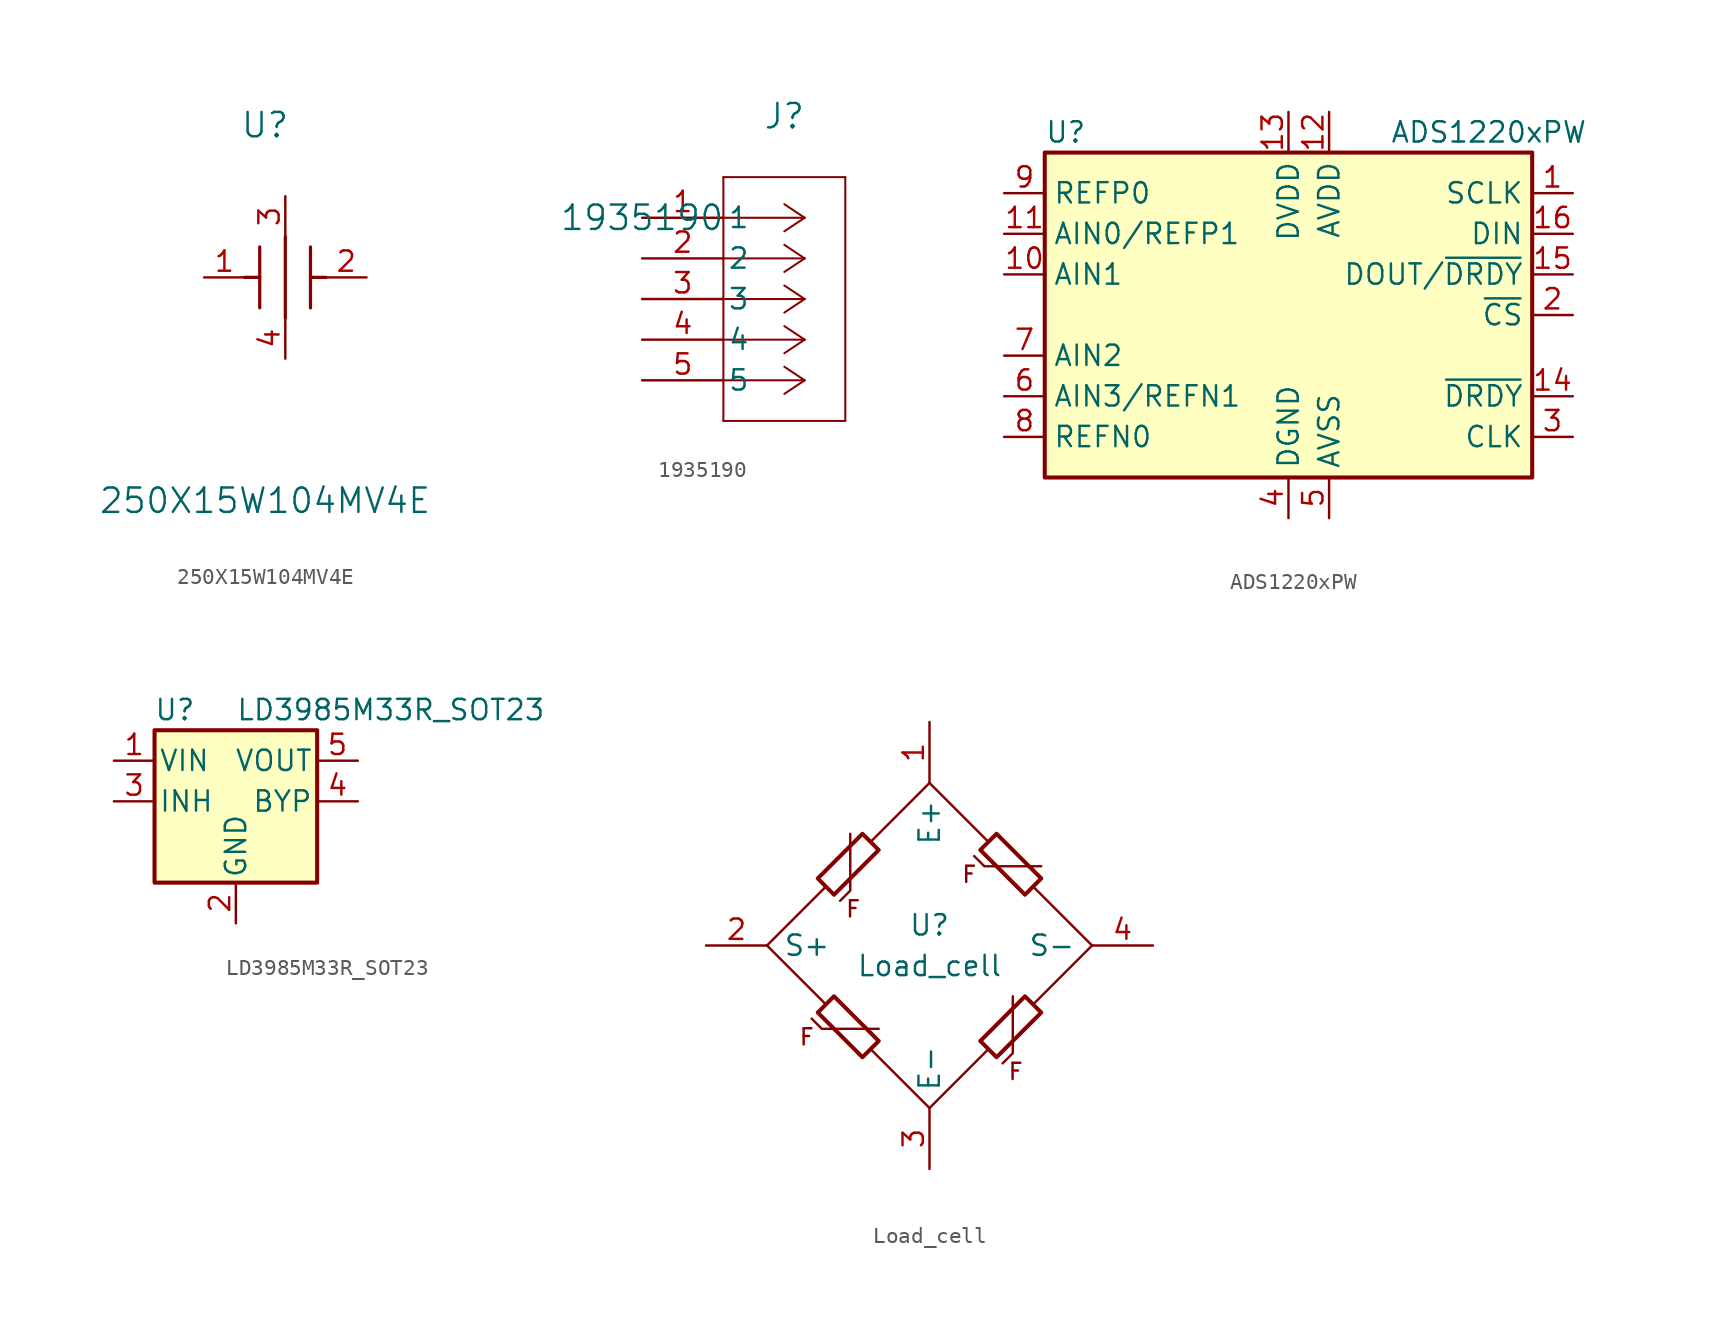
<source format=kicad_sym>
(kicad_symbol_lib
  (version 20231120)
  (generator "kicad_symbol_editor")
  (generator_version "8.0")
  (symbol "250X15W104MV4E"
    (pin_names
      (offset 0.254))
    (property "Reference" "U"
      (at 3.81 9.525 0)
      (effects (font (size 1.524 1.524))))
    (property "Value" "250X15W104MV4E"
      (at 3.81 -13.97 0)
      (effects (font (size 1.524 1.524))))
    (property "ki_locked" ""
      (at 0 0 0)
      (effects (font (size 1.27 1.27))))
    (symbol "250X15W104MV4E_0_1"
      (polyline (pts (xy 2.54 0) (xy 3.48 0)) (stroke (width 0.203) (type default)) (fill (type none)))
      (polyline (pts (xy 3.48 -1.905) (xy 3.48 1.905)) (stroke (width 0.203) (type default)) (fill (type none)))
      (polyline (pts (xy 5.08 -2.54) (xy 5.08 2.54)) (stroke (width 0.203) (type default)) (fill (type none)))
      (polyline (pts (xy 6.655 -1.905) (xy 6.655 1.905)) (stroke (width 0.203) (type default)) (fill (type none)))
      (polyline (pts (xy 6.655 0) (xy 7.62 0)) (stroke (width 0.203) (type default)) (fill (type none)))
      (pin unspecified line (at 0 0 0) (length 2.54) (name "" (effects (font (size 1.27 1.27)))) (number "1" (effects (font (size 1.27 1.27)))))
      (pin unspecified line (at 10.16 0 180) (length 2.54) (name "" (effects (font (size 1.27 1.27)))) (number "2" (effects (font (size 1.27 1.27)))))
      (pin unspecified line (at 5.08 5.08 270) (length 2.54) (name "" (effects (font (size 1.27 1.27)))) (number "3" (effects (font (size 1.27 1.27)))))
      (pin unspecified line (at 5.08 -5.08 90) (length 2.54) (name "" (effects (font (size 1.27 1.27)))) (number "4" (effects (font (size 1.27 1.27)))))))
  (symbol "1935190"
    (pin_names
      (offset 0.254))
    (property "Reference" "J"
      (at 8.89 6.35 0)
      (effects (font (size 1.524 1.524))))
    (property "Value" "1935190"
      (at 0 0 0)
      (effects (font (size 1.524 1.524))))
    (property "ki_locked" ""
      (at 0 0 0)
      (effects (font (size 1.27 1.27))))
    (symbol "1935190_0_1"
      (polyline (pts (xy 5.08 -12.7) (xy 12.7 -12.7)) (stroke (width 0.127) (type default)) (fill (type none)))
      (polyline (pts (xy 5.08 2.54) (xy 5.08 -12.7)) (stroke (width 0.127) (type default)) (fill (type none)))
      (polyline (pts (xy 10.16 -10.16) (xy 5.08 -10.16)) (stroke (width 0.127) (type default)) (fill (type none)))
      (polyline (pts (xy 10.16 -10.16) (xy 8.89 -11.007)) (stroke (width 0.127) (type default)) (fill (type none)))
      (polyline (pts (xy 10.16 -10.16) (xy 8.89 -9.313)) (stroke (width 0.127) (type default)) (fill (type none)))
      (polyline (pts (xy 10.16 -7.62) (xy 5.08 -7.62)) (stroke (width 0.127) (type default)) (fill (type none)))
      (polyline (pts (xy 10.16 -7.62) (xy 8.89 -8.467)) (stroke (width 0.127) (type default)) (fill (type none)))
      (polyline (pts (xy 10.16 -7.62) (xy 8.89 -6.773)) (stroke (width 0.127) (type default)) (fill (type none)))
      (polyline (pts (xy 10.16 -5.08) (xy 5.08 -5.08)) (stroke (width 0.127) (type default)) (fill (type none)))
      (polyline (pts (xy 10.16 -5.08) (xy 8.89 -5.927)) (stroke (width 0.127) (type default)) (fill (type none)))
      (polyline (pts (xy 10.16 -5.08) (xy 8.89 -4.233)) (stroke (width 0.127) (type default)) (fill (type none)))
      (polyline (pts (xy 10.16 -2.54) (xy 5.08 -2.54)) (stroke (width 0.127) (type default)) (fill (type none)))
      (polyline (pts (xy 10.16 -2.54) (xy 8.89 -3.387)) (stroke (width 0.127) (type default)) (fill (type none)))
      (polyline (pts (xy 10.16 -2.54) (xy 8.89 -1.693)) (stroke (width 0.127) (type default)) (fill (type none)))
      (polyline (pts (xy 10.16 0) (xy 5.08 0)) (stroke (width 0.127) (type default)) (fill (type none)))
      (polyline (pts (xy 10.16 0) (xy 8.89 -0.847)) (stroke (width 0.127) (type default)) (fill (type none)))
      (polyline (pts (xy 10.16 0) (xy 8.89 0.847)) (stroke (width 0.127) (type default)) (fill (type none)))
      (polyline (pts (xy 12.7 -12.7) (xy 12.7 2.54)) (stroke (width 0.127) (type default)) (fill (type none)))
      (polyline (pts (xy 12.7 2.54) (xy 5.08 2.54)) (stroke (width 0.127) (type default)) (fill (type none)))
      (pin unspecified line (at 0 0 0) (length 5.08) (name "1" (effects (font (size 1.27 1.27)))) (number "1" (effects (font (size 1.27 1.27)))))
      (pin unspecified line (at 0 -2.54 0) (length 5.08) (name "2" (effects (font (size 1.27 1.27)))) (number "2" (effects (font (size 1.27 1.27)))))
      (pin unspecified line (at 0 -5.08 0) (length 5.08) (name "3" (effects (font (size 1.27 1.27)))) (number "3" (effects (font (size 1.27 1.27)))))
      (pin unspecified line (at 0 -7.62 0) (length 5.08) (name "4" (effects (font (size 1.27 1.27)))) (number "4" (effects (font (size 1.27 1.27)))))
      (pin unspecified line (at 0 -10.16 0) (length 5.08) (name "5" (effects (font (size 1.27 1.27)))) (number "5" (effects (font (size 1.27 1.27)))))))
  (symbol "ADS1220xPW"
    (property "Reference" "U"
      (at -15.24 11.43 0)
      (effects (font (size 1.27 1.27)) (justify left)))
    (property "Value" "ADS1220xPW"
      (at 6.35 11.43 0)
      (effects (font (size 1.27 1.27)) (justify left)))
    (symbol "ADS1220xPW_0_1"
      (rectangle (start -15.24 10.16) (end 15.24 -10.16) (stroke (width 0.254) (type default)) (fill (type background))))
    (symbol "ADS1220xPW_1_1"
      (pin input line (at 17.78 7.62 180) (length 2.54) (name "SCLK" (effects (font (size 1.27 1.27)))) (number "1" (effects (font (size 1.27 1.27)))))
      (pin input line (at -17.78 2.54 0) (length 2.54) (name "AIN1" (effects (font (size 1.27 1.27)))) (number "10" (effects (font (size 1.27 1.27)))))
      (pin input line (at -17.78 5.08 0) (length 2.54) (name "AIN0/REFP1" (effects (font (size 1.27 1.27)))) (number "11" (effects (font (size 1.27 1.27)))))
      (pin power_in line (at 2.54 12.7 270) (length 2.54) (name "AVDD" (effects (font (size 1.27 1.27)))) (number "12" (effects (font (size 1.27 1.27)))))
      (pin power_in line (at 0 12.7 270) (length 2.54) (name "DVDD" (effects (font (size 1.27 1.27)))) (number "13" (effects (font (size 1.27 1.27)))))
      (pin output line (at 17.78 -5.08 180) (length 2.54) (name "~{DRDY}" (effects (font (size 1.27 1.27)))) (number "14" (effects (font (size 1.27 1.27)))))
      (pin output line (at 17.78 2.54 180) (length 2.54) (name "DOUT/~{DRDY}" (effects (font (size 1.27 1.27)))) (number "15" (effects (font (size 1.27 1.27)))))
      (pin input line (at 17.78 5.08 180) (length 2.54) (name "DIN" (effects (font (size 1.27 1.27)))) (number "16" (effects (font (size 1.27 1.27)))))
      (pin input line (at 17.78 0 180) (length 2.54) (name "~{CS}" (effects (font (size 1.27 1.27)))) (number "2" (effects (font (size 1.27 1.27)))))
      (pin input line (at 17.78 -7.62 180) (length 2.54) (name "CLK" (effects (font (size 1.27 1.27)))) (number "3" (effects (font (size 1.27 1.27)))))
      (pin power_in line (at 0 -12.7 90) (length 2.54) (name "DGND" (effects (font (size 1.27 1.27)))) (number "4" (effects (font (size 1.27 1.27)))))
      (pin power_in line (at 2.54 -12.7 90) (length 2.54) (name "AVSS" (effects (font (size 1.27 1.27)))) (number "5" (effects (font (size 1.27 1.27)))))
      (pin input line (at -17.78 -5.08 0) (length 2.54) (name "AIN3/REFN1" (effects (font (size 1.27 1.27)))) (number "6" (effects (font (size 1.27 1.27)))))
      (pin input line (at -17.78 -2.54 0) (length 2.54) (name "AIN2" (effects (font (size 1.27 1.27)))) (number "7" (effects (font (size 1.27 1.27)))))
      (pin input line (at -17.78 -7.62 0) (length 2.54) (name "REFN0" (effects (font (size 1.27 1.27)))) (number "8" (effects (font (size 1.27 1.27)))))
      (pin input line (at -17.78 7.62 0) (length 2.54) (name "REFP0" (effects (font (size 1.27 1.27)))) (number "9" (effects (font (size 1.27 1.27)))))))
  (symbol "LD3985M33R_SOT23"
    (pin_names
      (offset 0.254))
    (property "Reference" "U"
      (at -3.81 5.715 0)
      (effects (font (size 1.27 1.27))))
    (property "Value" "LD3985M33R_SOT23"
      (at 0 5.715 0)
      (effects (font (size 1.27 1.27)) (justify left)))
    (symbol "LD3985M33R_SOT23_0_1"
      (rectangle (start -5.08 4.445) (end 5.08 -5.08) (stroke (width 0.254) (type default)) (fill (type background))))
    (symbol "LD3985M33R_SOT23_1_1"
      (pin power_in line (at -7.62 2.54 0) (length 2.54) (name "VIN" (effects (font (size 1.27 1.27)))) (number "1" (effects (font (size 1.27 1.27)))))
      (pin power_in line (at 0 -7.62 90) (length 2.54) (name "GND" (effects (font (size 1.27 1.27)))) (number "2" (effects (font (size 1.27 1.27)))))
      (pin input line (at -7.62 0 0) (length 2.54) (name "INH" (effects (font (size 1.27 1.27)))) (number "3" (effects (font (size 1.27 1.27)))))
      (pin input line (at 7.62 0 180) (length 2.54) (name "BYP" (effects (font (size 1.27 1.27)))) (number "4" (effects (font (size 1.27 1.27)))))
      (pin power_out line (at 7.62 2.54 180) (length 2.54) (name "VOUT" (effects (font (size 1.27 1.27)))) (number "5" (effects (font (size 1.27 1.27)))))))
  (symbol "Load_cell"
    (pin_names
      (offset 1.016))
    (property "Reference" "U"
      (at 0 1.27 0)
      (effects (font (size 1.27 1.27))))
    (property "Value" "Load_cell"
      (at 0 -1.27 0)
      (effects (font (size 1.27 1.27))))
    (symbol "Load_cell_0_0"
      (polyline (pts (xy -5.588 2.794) (xy -4.953 3.429) (xy -4.953 6.985)) (stroke (width 0) (type solid)) (fill (type none)))
      (polyline (pts (xy 2.794 5.588) (xy 3.429 4.953) (xy 6.985 4.953)) (stroke (width 0) (type solid)) (fill (type none)))
      (polyline (pts (xy 4.572 -7.366) (xy 5.207 -6.731) (xy 5.207 -3.175)) (stroke (width 0) (type solid)) (fill (type none))))
    (symbol "Load_cell_0_1"
      (polyline (pts (xy -10.16 0) (xy -6.477 -3.683)) (stroke (width 0) (type solid)) (fill (type none)))
      (polyline (pts (xy -6.477 3.683) (xy -10.16 0)) (stroke (width 0) (type solid)) (fill (type none)))
      (polyline (pts (xy -3.683 -6.477) (xy 0 -10.16)) (stroke (width 0) (type solid)) (fill (type none)))
      (polyline (pts (xy 0 -10.16) (xy 3.683 -6.477)) (stroke (width 0) (type solid)) (fill (type none)))
      (polyline (pts (xy 0 10.16) (xy -3.683 6.477)) (stroke (width 0) (type solid)) (fill (type none)))
      (polyline (pts (xy 3.683 6.477) (xy 0 10.16)) (stroke (width 0) (type solid)) (fill (type none)))
      (polyline (pts (xy 6.477 -3.683) (xy 10.16 0)) (stroke (width 0) (type solid)) (fill (type none)))
      (polyline (pts (xy 10.16 0) (xy 6.477 3.683)) (stroke (width 0) (type solid)) (fill (type none)))
      (polyline (pts (xy -7.366 -4.572) (xy -6.731 -5.207) (xy -3.175 -5.207)) (stroke (width 0) (type solid)) (fill (type none)))
      (polyline (pts (xy -6.985 -4.191) (xy -4.191 -6.985) (xy -3.175 -5.969) (xy -5.969 -3.175) (xy -6.985 -4.191)) (stroke (width 0.254) (type solid)) (fill (type none)))
      (polyline (pts (xy -4.191 6.985) (xy -6.985 4.191) (xy -5.969 3.175) (xy -3.175 5.969) (xy -4.191 6.985)) (stroke (width 0.254) (type solid)) (fill (type none)))
      (polyline (pts (xy 4.191 -6.985) (xy 6.985 -4.191) (xy 5.969 -3.175) (xy 3.175 -5.969) (xy 4.191 -6.985)) (stroke (width 0.254) (type solid)) (fill (type none)))
      (polyline (pts (xy 6.985 4.191) (xy 4.191 6.985) (xy 3.175 5.969) (xy 5.969 3.175) (xy 6.985 4.191)) (stroke (width 0.254) (type solid)) (fill (type none))))
    (symbol "Load_cell_1_1"
      (text "F" (at -7.137 -5.131 0) (effects (font (size 1.016 1.016)) (justify right top)))
      (text "F" (at -5.309 2.87 0) (effects (font (size 1.016 1.016)) (justify left top)))
      (text "F" (at 3.023 5.029 0) (effects (font (size 1.016 1.016)) (justify right top)))
      (text "F" (at 4.851 -7.29 0) (effects (font (size 1.016 1.016)) (justify left top)))
      (pin power_in line (at 0 13.97 270) (length 3.81) (name "E+" (effects (font (size 1.27 1.27)))) (number "1" (effects (font (size 1.27 1.27)))))
      (pin output line (at -13.97 0 0) (length 3.81) (name "S+" (effects (font (size 1.27 1.27)))) (number "2" (effects (font (size 1.27 1.27)))))
      (pin power_in line (at 0 -13.97 90) (length 3.81) (name "E-" (effects (font (size 1.27 1.27)))) (number "3" (effects (font (size 1.27 1.27)))))
      (pin output line (at 13.97 0 180) (length 3.81) (name "S-" (effects (font (size 1.27 1.27)))) (number "4" (effects (font (size 1.27 1.27))))))))
</source>
